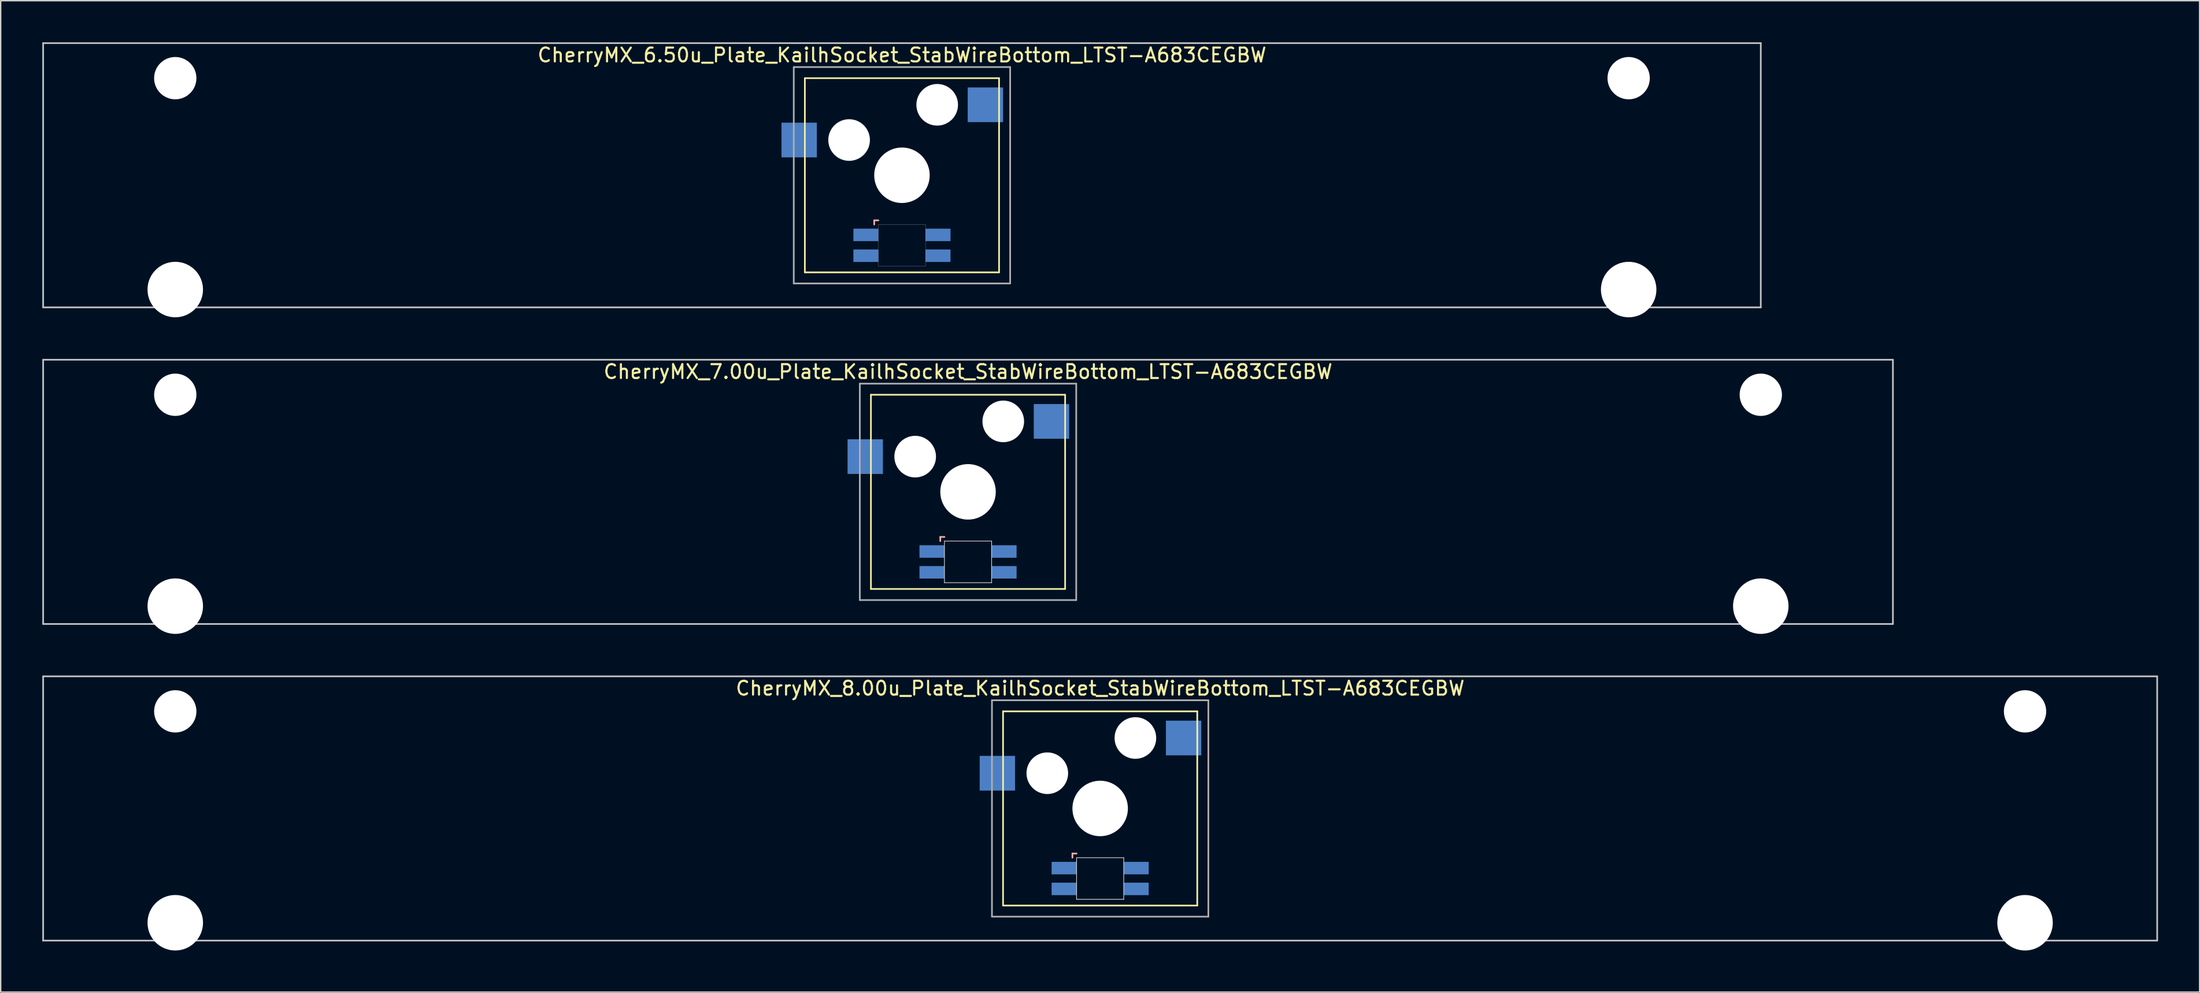
<source format=kicad_pcb>
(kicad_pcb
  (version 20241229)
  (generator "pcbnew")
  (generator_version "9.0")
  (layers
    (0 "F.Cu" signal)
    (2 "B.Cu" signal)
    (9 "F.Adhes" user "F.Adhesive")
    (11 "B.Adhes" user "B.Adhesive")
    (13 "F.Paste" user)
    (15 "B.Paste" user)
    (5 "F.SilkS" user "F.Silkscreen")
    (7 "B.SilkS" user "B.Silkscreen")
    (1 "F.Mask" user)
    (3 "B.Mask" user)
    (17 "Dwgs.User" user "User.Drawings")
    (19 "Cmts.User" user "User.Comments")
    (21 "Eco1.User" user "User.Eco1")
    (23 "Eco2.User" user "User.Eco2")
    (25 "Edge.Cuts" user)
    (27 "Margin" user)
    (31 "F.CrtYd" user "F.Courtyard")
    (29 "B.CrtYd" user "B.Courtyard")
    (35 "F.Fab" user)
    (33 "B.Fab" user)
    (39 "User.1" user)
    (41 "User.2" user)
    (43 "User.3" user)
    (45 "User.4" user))
  (footprint "CherryMX_8.00u_Plate_KailhSocket_StabWireBottom_LTST-A683CEGBW"
    (layer "F.Cu")
    (at 76.26 55.235)
    (property "Reference" "CherryMX_8.00u_Plate_KailhSocket_StabWireBottom_LTST-A683CEGBW" (at 0 -8.662 0) (layer "F.SilkS") (effects (font (size 1 1) (thickness 0.15))))
    (attr through_hole)
    (fp_line (start -7 -7) (end -7 7) (stroke (width 0.12) (type solid)) (layer "F.SilkS"))
    (fp_line (start -7 -7) (end 7 -7) (stroke (width 0.12) (type solid)) (layer "F.SilkS"))
    (fp_line (start 7 -7) (end 7 7) (stroke (width 0.12) (type solid)) (layer "F.SilkS"))
    (fp_line (start 7 7) (end -7 7) (stroke (width 0.12) (type solid)) (layer "F.SilkS"))
    (fp_line (start -2 3.25) (end -2 3.55) (stroke (width 0.12) (type solid)) (layer "B.SilkS"))
    (fp_line (start -1.7 3.25) (end -2 3.25) (stroke (width 0.12) (type solid)) (layer "B.SilkS"))
    (fp_line (start -76.2 -9.525) (end 76.2 -9.525) (stroke (width 0.12) (type solid)) (layer "Dwgs.User"))
    (fp_line (start -76.2 9.525) (end -76.2 -9.525) (stroke (width 0.12) (type solid)) (layer "Dwgs.User"))
    (fp_line (start 76.2 -9.525) (end 76.2 9.525) (stroke (width 0.12) (type solid)) (layer "Dwgs.User"))
    (fp_line (start 76.2 9.525) (end -76.2 9.525) (stroke (width 0.12) (type solid)) (layer "Dwgs.User"))
    (fp_line (start -1.7 3.55) (end 1.7 3.55) (stroke (width 0.05) (type solid)) (layer "Edge.Cuts"))
    (fp_line (start -1.7 6.55) (end -1.7 3.55) (stroke (width 0.05) (type solid)) (layer "Edge.Cuts"))
    (fp_line (start 1.7 3.55) (end 1.7 6.55) (stroke (width 0.05) (type solid)) (layer "Edge.Cuts"))
    (fp_line (start 1.7 6.55) (end -1.7 6.55) (stroke (width 0.05) (type solid)) (layer "Edge.Cuts"))
    (fp_line (start -7.8 -7.8) (end -7.8 7.8) (stroke (width 0.12) (type solid)) (layer "F.Fab"))
    (fp_line (start -7.8 -7.8) (end 7.8 -7.8) (stroke (width 0.12) (type solid)) (layer "F.Fab"))
    (fp_line (start -7.8 7.8) (end 7.8 7.8) (stroke (width 0.12) (type solid)) (layer "F.Fab"))
    (fp_line (start 7.8 -7.8) (end 7.8 7.8) (stroke (width 0.12) (type solid)) (layer "F.Fab"))
    (pad "" np_thru_hole circle (at -66.675 -7) (size 3.05 3.05) (drill 3.05) (layers "*.Cu" "*.Mask"))
    (pad "" np_thru_hole circle (at -66.675 8.24) (size 4 4) (drill 4) (layers "*.Cu" "*.Mask"))
    (pad "" np_thru_hole circle (at -3.81 -2.54) (size 3 3) (drill 3) (layers "*.Cu" "*.Mask"))
    (pad "" np_thru_hole circle (at 0 0) (size 4 4) (drill 4) (layers "*.Cu" "*.Mask"))
    (pad "" np_thru_hole circle (at 2.54 -5.08) (size 3 3) (drill 3) (layers "*.Cu" "*.Mask"))
    (pad "" np_thru_hole circle (at 66.675 -7) (size 3.05 3.05) (drill 3.05) (layers "*.Cu" "*.Mask"))
    (pad "" np_thru_hole circle (at 66.675 8.24) (size 4 4) (drill 4) (layers "*.Cu" "*.Mask"))
    (pad "1" smd rect (at -7.41 -2.54) (size 2.55 2.5) (layers "B.Cu" "B.Mask" "B.Paste"))
    (pad "2" smd rect (at 6.015 -5.08) (size 2.55 2.5) (layers "B.Cu" "B.Mask" "B.Paste"))
    (pad "3" smd rect (at -2.6 4.3) (size 1.8 0.9) (layers "B.Cu" "B.Mask" "B.Paste"))
    (pad "4" smd rect (at -2.6 5.8) (size 1.8 0.9) (layers "B.Cu" "B.Mask" "B.Paste"))
    (pad "5" smd rect (at 2.6 4.3) (size 1.8 0.9) (layers "B.Cu" "B.Mask" "B.Paste"))
    (pad "6" smd rect (at 2.6 5.8) (size 1.8 0.9) (layers "B.Cu" "B.Mask" "B.Paste")))
  (footprint "CherryMX_6.50u_Plate_KailhSocket_StabWireBottom_LTST-A683CEGBW"
    (layer "F.Cu")
    (at 61.972 9.585)
    (property "Reference" "CherryMX_6.50u_Plate_KailhSocket_StabWireBottom_LTST-A683CEGBW" (at 0 -8.662 0) (layer "F.SilkS") (effects (font (size 1 1) (thickness 0.15))))
    (attr through_hole)
    (fp_line (start -7 -7) (end -7 7) (stroke (width 0.12) (type solid)) (layer "F.SilkS"))
    (fp_line (start -7 -7) (end 7 -7) (stroke (width 0.12) (type solid)) (layer "F.SilkS"))
    (fp_line (start 7 -7) (end 7 7) (stroke (width 0.12) (type solid)) (layer "F.SilkS"))
    (fp_line (start 7 7) (end -7 7) (stroke (width 0.12) (type solid)) (layer "F.SilkS"))
    (fp_line (start -2 3.25) (end -2 3.55) (stroke (width 0.12) (type solid)) (layer "B.SilkS"))
    (fp_line (start -1.7 3.25) (end -2 3.25) (stroke (width 0.12) (type solid)) (layer "B.SilkS"))
    (fp_line (start -61.913 -9.525) (end 61.913 -9.525) (stroke (width 0.12) (type solid)) (layer "Dwgs.User"))
    (fp_line (start -61.913 9.525) (end -61.913 -9.525) (stroke (width 0.12) (type solid)) (layer "Dwgs.User"))
    (fp_line (start 61.913 -9.525) (end 61.913 9.525) (stroke (width 0.12) (type solid)) (layer "Dwgs.User"))
    (fp_line (start 61.913 9.525) (end -61.913 9.525) (stroke (width 0.12) (type solid)) (layer "Dwgs.User"))
    (fp_poly (pts (xy 1.7 6.55) (xy -1.7 6.55) (xy -1.7 3.55) (xy 1.7 3.55)) (stroke (width 0.01) (type solid)) (fill no) (layer "Edge.Cuts"))
    (fp_line (start -7.8 -7.8) (end -7.8 7.8) (stroke (width 0.12) (type solid)) (layer "F.Fab"))
    (fp_line (start -7.8 -7.8) (end 7.8 -7.8) (stroke (width 0.12) (type solid)) (layer "F.Fab"))
    (fp_line (start -7.8 7.8) (end 7.8 7.8) (stroke (width 0.12) (type solid)) (layer "F.Fab"))
    (fp_line (start 7.8 -7.8) (end 7.8 7.8) (stroke (width 0.12) (type solid)) (layer "F.Fab"))
    (pad "" np_thru_hole circle (at -52.388 -7) (size 3.05 3.05) (drill 3.05) (layers "*.Cu" "*.Mask"))
    (pad "" np_thru_hole circle (at -52.388 8.24) (size 4 4) (drill 4) (layers "*.Cu" "*.Mask"))
    (pad "" np_thru_hole circle (at -3.81 -2.54) (size 3 3) (drill 3) (layers "*.Cu" "*.Mask"))
    (pad "" np_thru_hole circle (at 0 0) (size 4 4) (drill 4) (layers "*.Cu" "*.Mask"))
    (pad "" np_thru_hole circle (at 2.54 -5.08) (size 3 3) (drill 3) (layers "*.Cu" "*.Mask"))
    (pad "" np_thru_hole circle (at 52.388 -7) (size 3.05 3.05) (drill 3.05) (layers "*.Cu" "*.Mask"))
    (pad "" np_thru_hole circle (at 52.388 8.24) (size 4 4) (drill 4) (layers "*.Cu" "*.Mask"))
    (pad "1" smd rect (at -7.41 -2.54) (size 2.55 2.5) (layers "B.Cu" "B.Mask" "B.Paste"))
    (pad "2" smd rect (at 6.015 -5.08) (size 2.55 2.5) (layers "B.Cu" "B.Mask" "B.Paste"))
    (pad "3" smd rect (at -2.6 4.3) (size 1.8 0.9) (layers "B.Cu" "B.Mask" "B.Paste"))
    (pad "4" smd rect (at -2.6 5.8) (size 1.8 0.9) (layers "B.Cu" "B.Mask" "B.Paste"))
    (pad "5" smd rect (at 2.6 4.3) (size 1.8 0.9) (layers "B.Cu" "B.Mask" "B.Paste"))
    (pad "6" smd rect (at 2.6 5.8) (size 1.8 0.9) (layers "B.Cu" "B.Mask" "B.Paste")))
  (footprint "CherryMX_7.00u_Plate_KailhSocket_StabWireBottom_LTST-A683CEGBW"
    (layer "F.Cu")
    (at 66.735 32.41)
    (property "Reference" "CherryMX_7.00u_Plate_KailhSocket_StabWireBottom_LTST-A683CEGBW" (at 0 -8.662 0) (layer "F.SilkS") (effects (font (size 1 1) (thickness 0.15))))
    (attr through_hole)
    (fp_line (start -7 -7) (end -7 7) (stroke (width 0.12) (type solid)) (layer "F.SilkS"))
    (fp_line (start -7 -7) (end 7 -7) (stroke (width 0.12) (type solid)) (layer "F.SilkS"))
    (fp_line (start 7 -7) (end 7 7) (stroke (width 0.12) (type solid)) (layer "F.SilkS"))
    (fp_line (start 7 7) (end -7 7) (stroke (width 0.12) (type solid)) (layer "F.SilkS"))
    (fp_line (start -2 3.25) (end -2 3.55) (stroke (width 0.12) (type solid)) (layer "B.SilkS"))
    (fp_line (start -1.7 3.25) (end -2 3.25) (stroke (width 0.12) (type solid)) (layer "B.SilkS"))
    (fp_line (start -66.675 -9.525) (end 66.675 -9.525) (stroke (width 0.12) (type solid)) (layer "Dwgs.User"))
    (fp_line (start -66.675 9.525) (end -66.675 -9.525) (stroke (width 0.12) (type solid)) (layer "Dwgs.User"))
    (fp_line (start 66.675 -9.525) (end 66.675 9.525) (stroke (width 0.12) (type solid)) (layer "Dwgs.User"))
    (fp_line (start 66.675 9.525) (end -66.675 9.525) (stroke (width 0.12) (type solid)) (layer "Dwgs.User"))
    (fp_line (start -1.7 3.55) (end 1.7 3.55) (stroke (width 0.05) (type solid)) (layer "Edge.Cuts"))
    (fp_line (start -1.7 6.55) (end -1.7 3.55) (stroke (width 0.05) (type solid)) (layer "Edge.Cuts"))
    (fp_line (start 1.7 3.55) (end 1.7 6.55) (stroke (width 0.05) (type solid)) (layer "Edge.Cuts"))
    (fp_line (start 1.7 6.55) (end -1.7 6.55) (stroke (width 0.05) (type solid)) (layer "Edge.Cuts"))
    (fp_line (start -7.8 -7.8) (end -7.8 7.8) (stroke (width 0.12) (type solid)) (layer "F.Fab"))
    (fp_line (start -7.8 -7.8) (end 7.8 -7.8) (stroke (width 0.12) (type solid)) (layer "F.Fab"))
    (fp_line (start -7.8 7.8) (end 7.8 7.8) (stroke (width 0.12) (type solid)) (layer "F.Fab"))
    (fp_line (start 7.8 -7.8) (end 7.8 7.8) (stroke (width 0.12) (type solid)) (layer "F.Fab"))
    (pad "" np_thru_hole circle (at -57.15 -7) (size 3.05 3.05) (drill 3.05) (layers "*.Cu" "*.Mask"))
    (pad "" np_thru_hole circle (at -57.15 8.24) (size 4 4) (drill 4) (layers "*.Cu" "*.Mask"))
    (pad "" np_thru_hole circle (at -3.81 -2.54) (size 3 3) (drill 3) (layers "*.Cu" "*.Mask"))
    (pad "" np_thru_hole circle (at 0 0) (size 4 4) (drill 4) (layers "*.Cu" "*.Mask"))
    (pad "" np_thru_hole circle (at 2.54 -5.08) (size 3 3) (drill 3) (layers "*.Cu" "*.Mask"))
    (pad "" np_thru_hole circle (at 57.15 -7) (size 3.05 3.05) (drill 3.05) (layers "*.Cu" "*.Mask"))
    (pad "" np_thru_hole circle (at 57.15 8.24) (size 4 4) (drill 4) (layers "*.Cu" "*.Mask"))
    (pad "1" smd rect (at -7.41 -2.54) (size 2.55 2.5) (layers "B.Cu" "B.Mask" "B.Paste"))
    (pad "2" smd rect (at 6.015 -5.08) (size 2.55 2.5) (layers "B.Cu" "B.Mask" "B.Paste"))
    (pad "3" smd rect (at -2.6 4.3) (size 1.8 0.9) (layers "B.Cu" "B.Mask" "B.Paste"))
    (pad "4" smd rect (at -2.6 5.8) (size 1.8 0.9) (layers "B.Cu" "B.Mask" "B.Paste"))
    (pad "5" smd rect (at 2.6 4.3) (size 1.8 0.9) (layers "B.Cu" "B.Mask" "B.Paste"))
    (pad "6" smd rect (at 2.6 5.8) (size 1.8 0.9) (layers "B.Cu" "B.Mask" "B.Paste")))
  (gr_rect
    (start -3 -3)
    (end 155.52 68.475)
    (stroke (width 0.1) (type default))
    (fill no)
    (layer "Edge.Cuts")))
</source>
